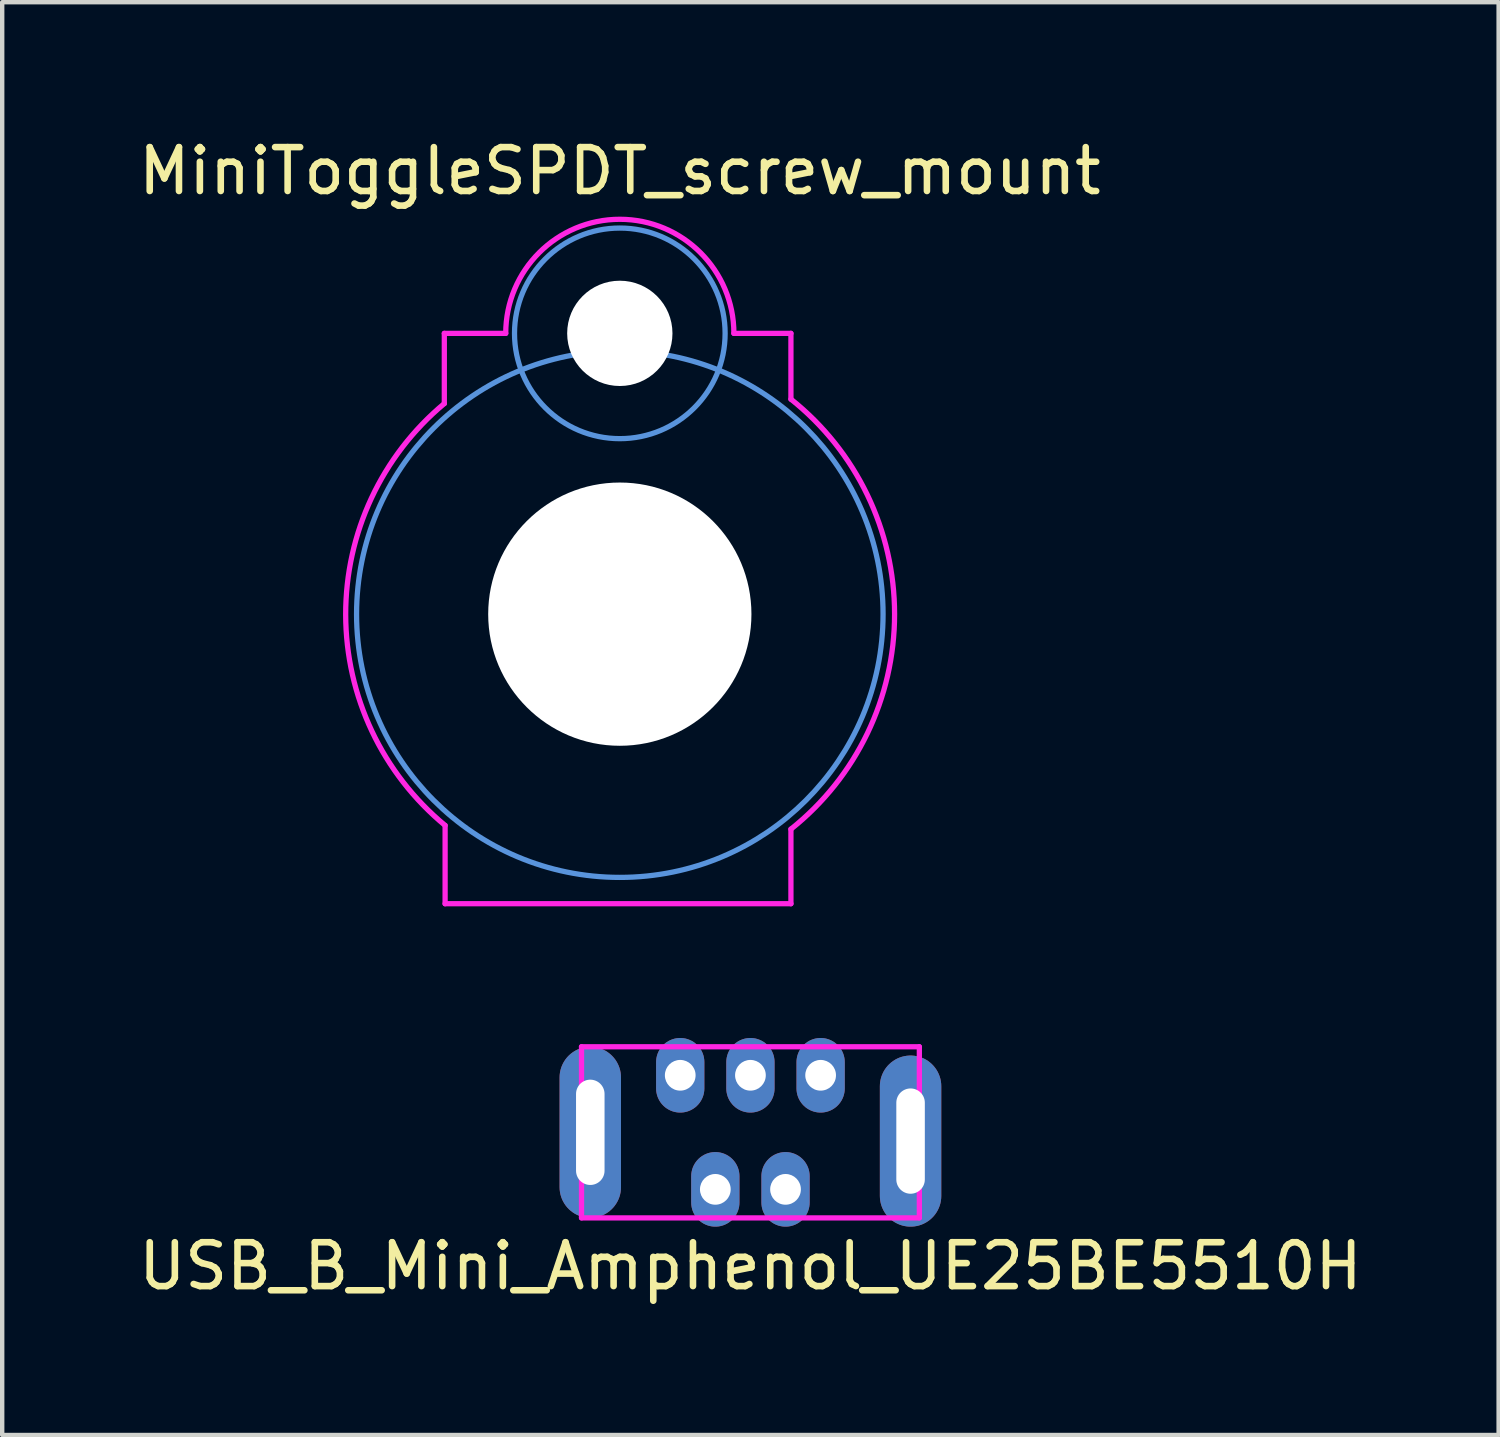
<source format=kicad_pcb>
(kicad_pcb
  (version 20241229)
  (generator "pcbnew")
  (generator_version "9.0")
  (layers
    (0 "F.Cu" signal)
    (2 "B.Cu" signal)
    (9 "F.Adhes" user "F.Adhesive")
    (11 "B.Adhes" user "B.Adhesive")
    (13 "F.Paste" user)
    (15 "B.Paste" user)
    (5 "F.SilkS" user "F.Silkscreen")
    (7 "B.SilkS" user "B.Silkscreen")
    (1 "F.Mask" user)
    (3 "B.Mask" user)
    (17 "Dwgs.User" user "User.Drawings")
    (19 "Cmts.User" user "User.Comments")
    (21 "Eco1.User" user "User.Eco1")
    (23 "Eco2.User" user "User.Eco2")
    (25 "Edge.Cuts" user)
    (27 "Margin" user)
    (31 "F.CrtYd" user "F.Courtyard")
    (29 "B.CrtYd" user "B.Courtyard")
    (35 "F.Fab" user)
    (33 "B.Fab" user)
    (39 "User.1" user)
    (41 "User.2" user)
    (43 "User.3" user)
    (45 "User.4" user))
  (footprint "USB_B_Mini_Amphenol_UE25BE5510H"
    (layer "F.Cu")
    (at 14.054 22.758)
    (property "Reference" "USB_B_Mini_Amphenol_UE25BE5510H" (at 0 3.05 0) (layer "F.SilkS") (effects (font (size 1 1) (thickness 0.15))))
    (attr through_hole)
    (fp_line (start -3.85 -1.95) (end -3.85 1.95) (stroke (width 0.12) (type solid)) (layer "F.CrtYd"))
    (fp_line (start -3.85 1.95) (end 3.85 1.95) (stroke (width 0.12) (type solid)) (layer "F.CrtYd"))
    (fp_line (start 3.85 -1.95) (end -3.85 -1.95) (stroke (width 0.12) (type solid)) (layer "F.CrtYd"))
    (fp_line (start 3.85 1.95) (end 3.85 -1.95) (stroke (width 0.12) (type solid)) (layer "F.CrtYd"))
    (pad "1" thru_hole oval (at 1.6 -1.3) (size 1.1 1.7) (drill 0.7) (layers "*.Cu" "*.Mask"))
    (pad "2" thru_hole oval (at 0.8 1.3) (size 1.1 1.7) (drill 0.7) (layers "*.Cu" "*.Mask"))
    (pad "3" thru_hole oval (at 0 -1.3) (size 1.1 1.7) (drill 0.7) (layers "*.Cu" "*.Mask"))
    (pad "4" thru_hole oval (at -0.8 1.3) (size 1.1 1.7) (drill 0.7) (layers "*.Cu" "*.Mask"))
    (pad "5" thru_hole oval (at -1.6 -1.3) (size 1.1 1.7) (drill 0.7) (layers "*.Cu" "*.Mask"))
    (pad "6" thru_hole oval (at -3.65 0) (size 1.4 3.9) (drill oval 0.65 2.4) (layers "*.Cu" "*.Mask"))
    (pad "6" thru_hole oval (at 3.65 0.2) (size 1.4 3.9) (drill oval 0.65 2.4) (layers "*.Cu" "*.Mask")))
  (footprint "MiniToggleSPDT_screw_mount"
    (layer "F.Cu")
    (at 11.077 10.948)
    (property "Reference" "MiniToggleSPDT_screw_mount" (at 0 -10.1 0) (layer "F.SilkS") (effects (font (size 1 1) (thickness 0.15))))
    (attr through_hole)
    (fp_circle (center 0 -6.4) (end 0 -4) (stroke (width 0.12) (type solid)) (fill no) (layer "Cmts.User"))
    (fp_circle (center 0 0) (end 0 6) (stroke (width 0.12) (type solid)) (fill no) (layer "Cmts.User"))
    (fp_line (start -4 -6.4) (end -4 -4.8) (stroke (width 0.12) (type solid)) (layer "F.CrtYd"))
    (fp_line (start -4 -6.4) (end -2.6 -6.4) (stroke (width 0.12) (type solid)) (layer "F.CrtYd"))
    (fp_line (start -3.982 4.815) (end -3.982 6.6) (stroke (width 0.12) (type solid)) (layer "F.CrtYd"))
    (fp_line (start -3.982 6.6) (end 3.9 6.6) (stroke (width 0.12) (type solid)) (layer "F.CrtYd"))
    (fp_line (start 2.6 -6.4) (end 3.9 -6.4) (stroke (width 0.12) (type solid)) (layer "F.CrtYd"))
    (fp_line (start 3.9 4.9) (end 3.9 6.6) (stroke (width 0.12) (type solid)) (layer "F.CrtYd"))
    (fp_line (start 3.9 -6.4) (end 3.9 -4.9) (stroke (width 0.12) (type solid)) (layer "F.CrtYd"))
    (fp_arc (start -3.981754 4.815144) (mid -6.248187 0.011856) (end -3.999999 -4.799999) (stroke (width 0.12) (type solid)) (layer "F.CrtYd"))
    (fp_arc (start -2.6 -6.4) (mid 0 -9) (end 2.6 -6.4) (stroke (width 0.12) (type solid)) (layer "F.CrtYd"))
    (fp_arc (start 3.899999 -4.899999) (mid 6.262586 0) (end 3.899999 4.899999) (stroke (width 0.12) (type solid)) (layer "F.CrtYd"))
    (pad "" np_thru_hole circle (at 0 -6.4) (size 2.4 2.4) (drill 2.4) (layers "*.Cu" "*.Mask"))
    (pad "" np_thru_hole circle (at 0 0) (size 6 6) (drill 6) (layers "*.Cu" "*.Mask")))
  (gr_rect
    (start -3 -3)
    (end 31.107 29.657)
    (stroke (width 0.1) (type default))
    (fill no)
    (layer "Edge.Cuts")))
</source>
